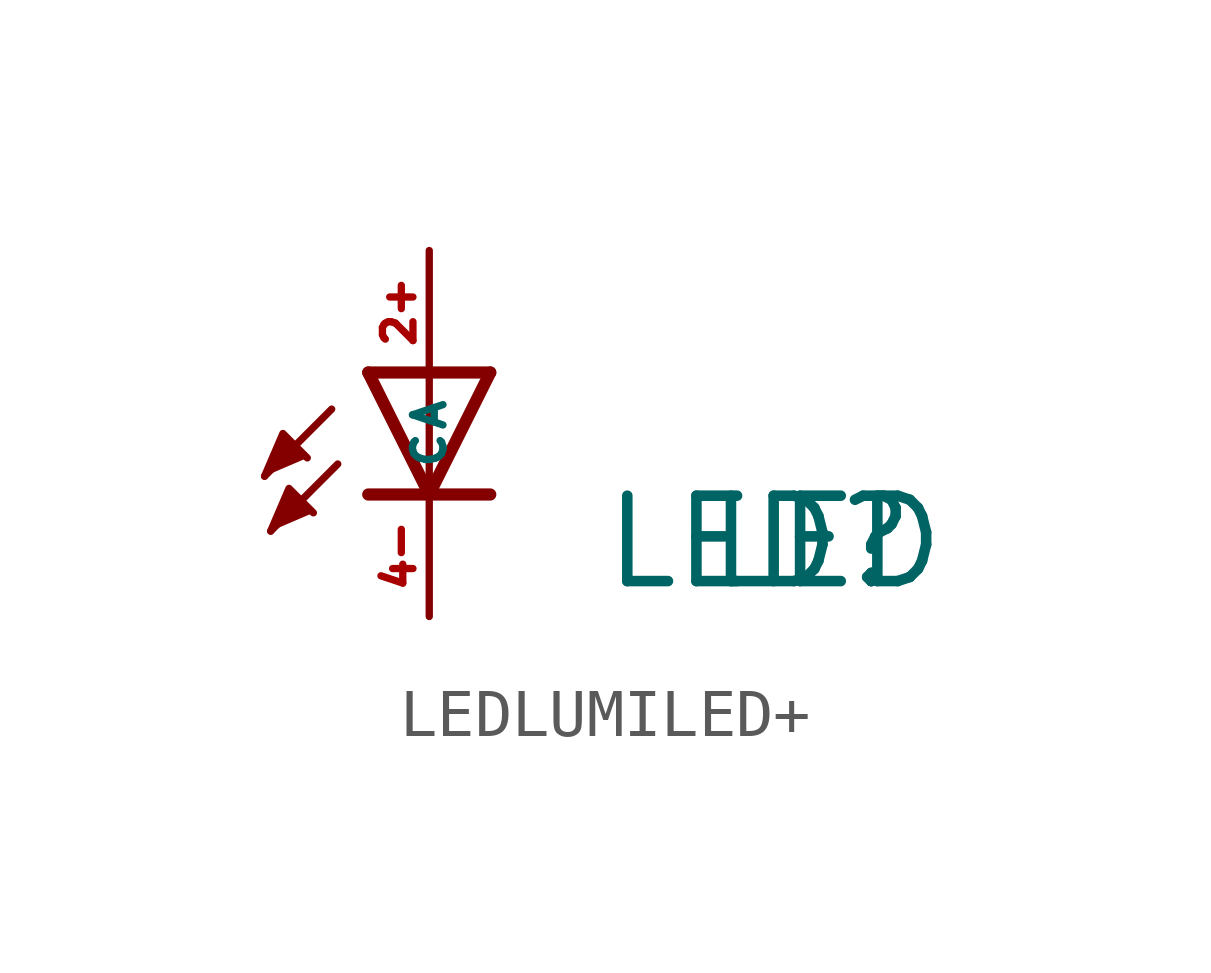
<source format=kicad_sym>
(kicad_symbol_lib
  (version 20220914)
  (generator Eagle2Kicad)
  (symbol "LEDLUMILED+"
    (property "Reference" "LED"
      (at 3.556 -4.572 0)
      (effects (font (size 1.778 1.778) (thickness 0.22)) (justify left bottom)))
    (property "Value" "LED"
      (at 5.715 -4.572 0)
      (effects (font (size 1.778 1.778) (thickness 0.22)) (justify left bottom)))
    (polyline
      (pts (xy -3.429 -2.159) (xy -3.048 -1.27) (xy -2.54 -1.778))
      (stroke (width 0.152) (type default))
      (fill (type outline)))
    (polyline
      (pts (xy -3.302 -3.302) (xy -2.921 -2.413) (xy -2.413 -2.921))
      (stroke (width 0.152) (type default))
      (fill (type outline)))
    (polyline
      (pts (xy 1.27 0) (xy 0 -2.54))
      (stroke (width 0.254) (type default))
      (fill (type none)))
    (polyline
      (pts (xy 0 -2.54) (xy -1.27 0))
      (stroke (width 0.254) (type default))
      (fill (type none)))
    (polyline
      (pts (xy 1.27 -2.54) (xy 0 -2.54))
      (stroke (width 0.254) (type default))
      (fill (type none)))
    (polyline
      (pts (xy 0 -2.54) (xy -1.27 -2.54))
      (stroke (width 0.254) (type default))
      (fill (type none)))
    (polyline
      (pts (xy 1.27 0) (xy 0 0))
      (stroke (width 0.254) (type default))
      (fill (type none)))
    (polyline
      (pts (xy 0 0) (xy -1.27 0))
      (stroke (width 0.254) (type default))
      (fill (type none)))
    (polyline
      (pts (xy 0 0) (xy 0 -2.54))
      (stroke (width 0.152) (type default))
      (fill (type none)))
    (polyline
      (pts (xy -2.032 -0.762) (xy -3.429 -2.159))
      (stroke (width 0.152) (type default))
      (fill (type none)))
    (polyline
      (pts (xy -1.905 -1.905) (xy -3.302 -3.302))
      (stroke (width 0.152) (type default))
      (fill (type none)))
    (pin passive line
      (at 0 -5.08 90)
      (length 2.54)
      (name "C" (effects (font (size 0.635 0.635) (thickness 0.08)) (justify left bottom)))
      (number "4-" (effects (font (size 0.635 0.635) (thickness 0.08)) (justify left bottom))))
    (pin passive line
      (at 0 2.54 270)
      (length 2.54)
      (name "A" (effects (font (size 0.635 0.635) (thickness 0.08)) (justify left bottom)))
      (number "2+" (effects (font (size 0.635 0.635) (thickness 0.08)) (justify left bottom))))))
</source>
